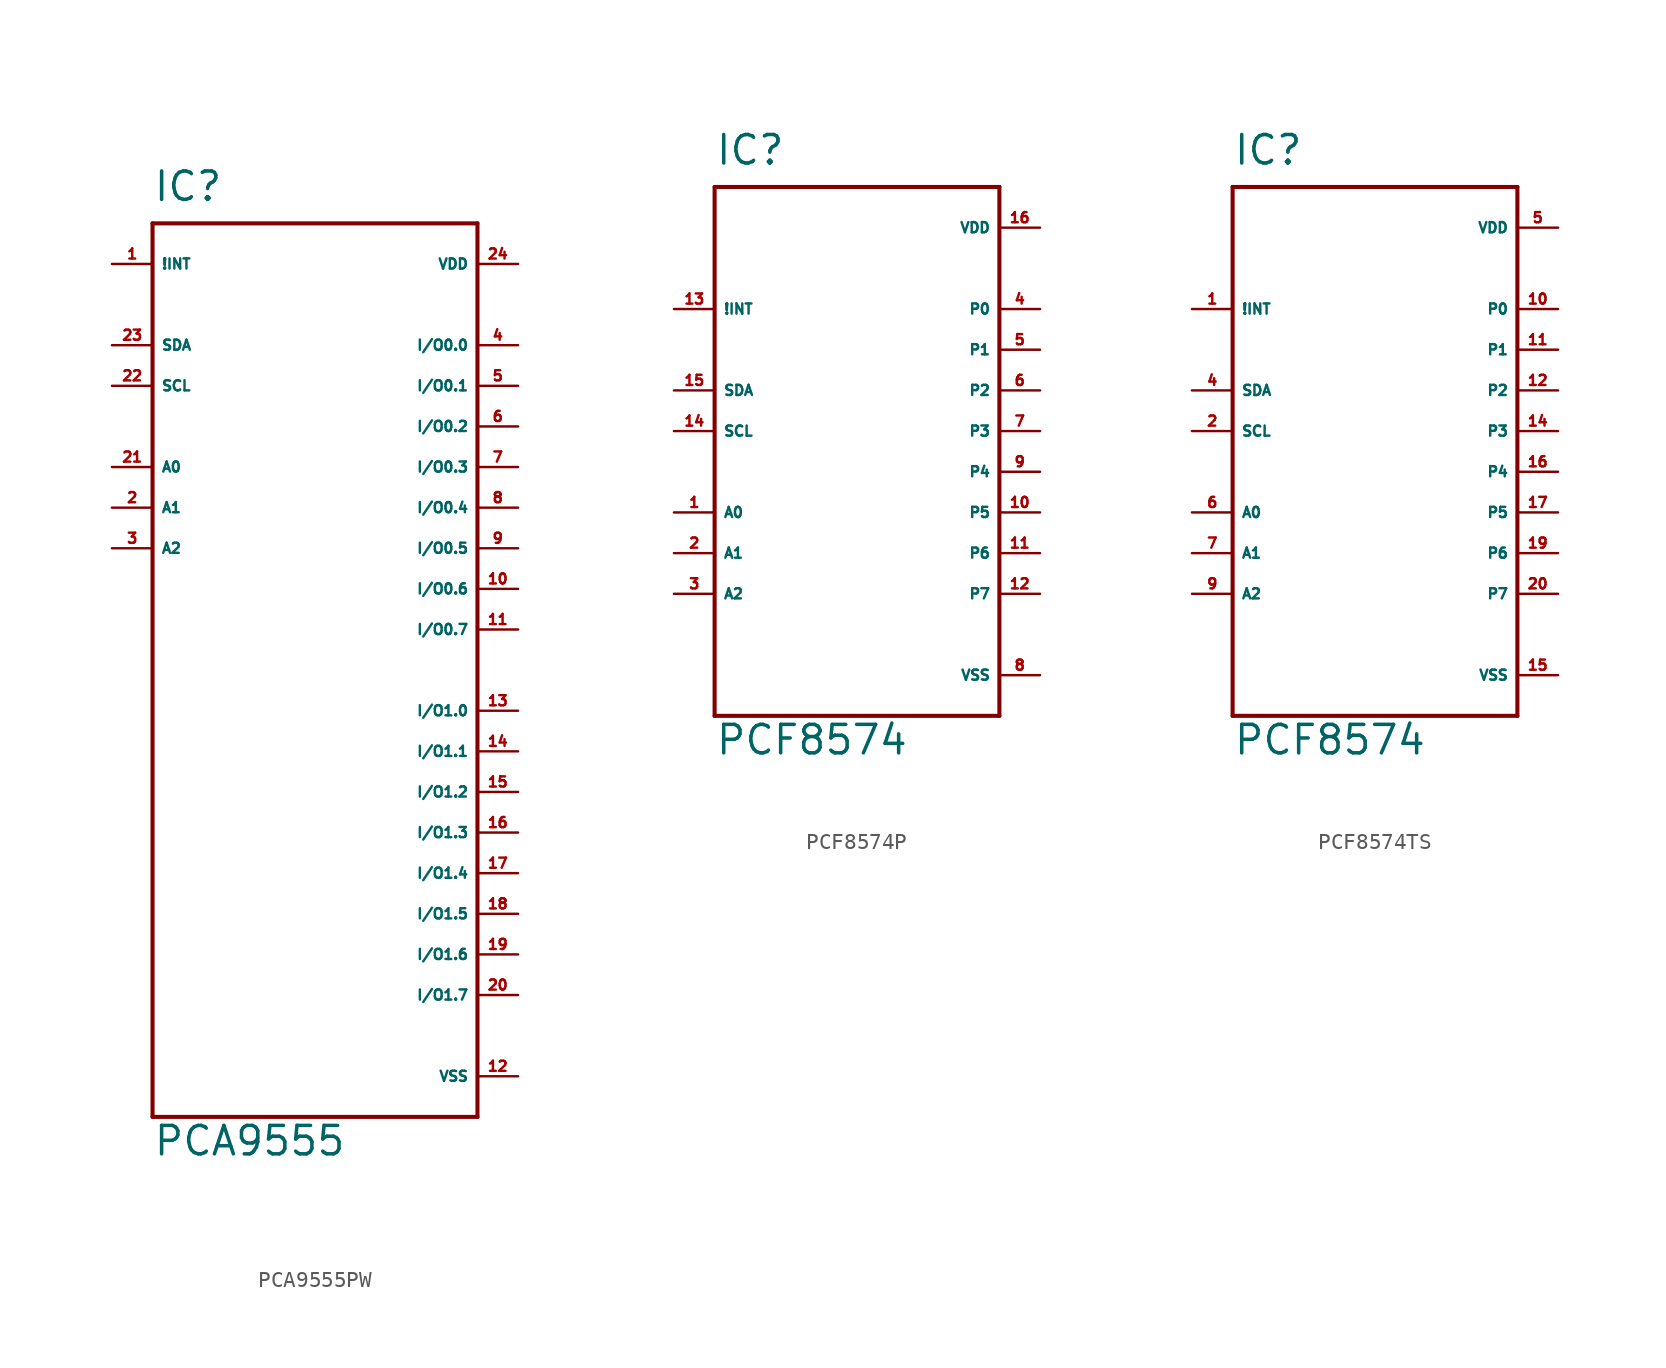
<source format=kicad_sym>
(kicad_symbol_lib
  (version 20220914)
  (generator Eagle2Kicad)
  (symbol "PCA9555PW"
    (property "Reference" "IC"
      (at -10.16 29.21 0)
      (effects (font (size 1.778 1.778) (thickness 0.22)) (justify left bottom)))
    (property "Value" "PCA9555"
      (at -10.16 -30.48 0)
      (effects (font (size 1.778 1.778) (thickness 0.22)) (justify left bottom)))
    (polyline
      (pts (xy -10.16 27.94) (xy 10.16 27.94))
      (stroke (width 0.254) (type default))
      (fill (type none)))
    (polyline
      (pts (xy 10.16 27.94) (xy 10.16 -27.94))
      (stroke (width 0.254) (type default))
      (fill (type none)))
    (polyline
      (pts (xy 10.16 -27.94) (xy -10.16 -27.94))
      (stroke (width 0.254) (type default))
      (fill (type none)))
    (polyline
      (pts (xy -10.16 -27.94) (xy -10.16 27.94))
      (stroke (width 0.254) (type default))
      (fill (type none)))
    (pin input line
      (at -12.7 17.78 0)
      (length 2.54)
      (name "SCL" (effects (font (size 0.635 0.635) (thickness 0.08)) (justify left bottom)))
      (number "22" (effects (font (size 0.635 0.635) (thickness 0.08)) (justify left bottom))))
    (pin bidirectional line
      (at -12.7 20.32 0)
      (length 2.54)
      (name "SDA" (effects (font (size 0.635 0.635) (thickness 0.08)) (justify left bottom)))
      (number "23" (effects (font (size 0.635 0.635) (thickness 0.08)) (justify left bottom))))
    (pin input line
      (at -12.7 12.7 0)
      (length 2.54)
      (name "A0" (effects (font (size 0.635 0.635) (thickness 0.08)) (justify left bottom)))
      (number "21" (effects (font (size 0.635 0.635) (thickness 0.08)) (justify left bottom))))
    (pin input line
      (at -12.7 10.16 0)
      (length 2.54)
      (name "A1" (effects (font (size 0.635 0.635) (thickness 0.08)) (justify left bottom)))
      (number "2" (effects (font (size 0.635 0.635) (thickness 0.08)) (justify left bottom))))
    (pin input line
      (at -12.7 7.62 0)
      (length 2.54)
      (name "A2" (effects (font (size 0.635 0.635) (thickness 0.08)) (justify left bottom)))
      (number "3" (effects (font (size 0.635 0.635) (thickness 0.08)) (justify left bottom))))
    (pin output line
      (at -12.7 25.4 0)
      (length 2.54)
      (name "!INT" (effects (font (size 0.635 0.635) (thickness 0.08)) (justify left bottom)))
      (number "1" (effects (font (size 0.635 0.635) (thickness 0.08)) (justify left bottom))))
    (pin unspecified line
      (at 12.7 -25.4 180)
      (length 2.54)
      (name "VSS" (effects (font (size 0.635 0.635) (thickness 0.08)) (justify left bottom)))
      (number "12" (effects (font (size 0.635 0.635) (thickness 0.08)) (justify left bottom))))
    (pin unspecified line
      (at 12.7 25.4 180)
      (length 2.54)
      (name "VDD" (effects (font (size 0.635 0.635) (thickness 0.08)) (justify left bottom)))
      (number "24" (effects (font (size 0.635 0.635) (thickness 0.08)) (justify left bottom))))
    (pin bidirectional line
      (at 12.7 20.32 180)
      (length 2.54)
      (name "I/O0.0" (effects (font (size 0.635 0.635) (thickness 0.08)) (justify left bottom)))
      (number "4" (effects (font (size 0.635 0.635) (thickness 0.08)) (justify left bottom))))
    (pin bidirectional line
      (at 12.7 17.78 180)
      (length 2.54)
      (name "I/O0.1" (effects (font (size 0.635 0.635) (thickness 0.08)) (justify left bottom)))
      (number "5" (effects (font (size 0.635 0.635) (thickness 0.08)) (justify left bottom))))
    (pin bidirectional line
      (at 12.7 15.24 180)
      (length 2.54)
      (name "I/O0.2" (effects (font (size 0.635 0.635) (thickness 0.08)) (justify left bottom)))
      (number "6" (effects (font (size 0.635 0.635) (thickness 0.08)) (justify left bottom))))
    (pin bidirectional line
      (at 12.7 12.7 180)
      (length 2.54)
      (name "I/O0.3" (effects (font (size 0.635 0.635) (thickness 0.08)) (justify left bottom)))
      (number "7" (effects (font (size 0.635 0.635) (thickness 0.08)) (justify left bottom))))
    (pin bidirectional line
      (at 12.7 10.16 180)
      (length 2.54)
      (name "I/O0.4" (effects (font (size 0.635 0.635) (thickness 0.08)) (justify left bottom)))
      (number "8" (effects (font (size 0.635 0.635) (thickness 0.08)) (justify left bottom))))
    (pin bidirectional line
      (at 12.7 7.62 180)
      (length 2.54)
      (name "I/O0.5" (effects (font (size 0.635 0.635) (thickness 0.08)) (justify left bottom)))
      (number "9" (effects (font (size 0.635 0.635) (thickness 0.08)) (justify left bottom))))
    (pin bidirectional line
      (at 12.7 5.08 180)
      (length 2.54)
      (name "I/O0.6" (effects (font (size 0.635 0.635) (thickness 0.08)) (justify left bottom)))
      (number "10" (effects (font (size 0.635 0.635) (thickness 0.08)) (justify left bottom))))
    (pin bidirectional line
      (at 12.7 2.54 180)
      (length 2.54)
      (name "I/O0.7" (effects (font (size 0.635 0.635) (thickness 0.08)) (justify left bottom)))
      (number "11" (effects (font (size 0.635 0.635) (thickness 0.08)) (justify left bottom))))
    (pin bidirectional line
      (at 12.7 -2.54 180)
      (length 2.54)
      (name "I/O1.0" (effects (font (size 0.635 0.635) (thickness 0.08)) (justify left bottom)))
      (number "13" (effects (font (size 0.635 0.635) (thickness 0.08)) (justify left bottom))))
    (pin bidirectional line
      (at 12.7 -5.08 180)
      (length 2.54)
      (name "I/O1.1" (effects (font (size 0.635 0.635) (thickness 0.08)) (justify left bottom)))
      (number "14" (effects (font (size 0.635 0.635) (thickness 0.08)) (justify left bottom))))
    (pin bidirectional line
      (at 12.7 -7.62 180)
      (length 2.54)
      (name "I/O1.2" (effects (font (size 0.635 0.635) (thickness 0.08)) (justify left bottom)))
      (number "15" (effects (font (size 0.635 0.635) (thickness 0.08)) (justify left bottom))))
    (pin bidirectional line
      (at 12.7 -10.16 180)
      (length 2.54)
      (name "I/O1.3" (effects (font (size 0.635 0.635) (thickness 0.08)) (justify left bottom)))
      (number "16" (effects (font (size 0.635 0.635) (thickness 0.08)) (justify left bottom))))
    (pin bidirectional line
      (at 12.7 -12.7 180)
      (length 2.54)
      (name "I/O1.4" (effects (font (size 0.635 0.635) (thickness 0.08)) (justify left bottom)))
      (number "17" (effects (font (size 0.635 0.635) (thickness 0.08)) (justify left bottom))))
    (pin bidirectional line
      (at 12.7 -15.24 180)
      (length 2.54)
      (name "I/O1.5" (effects (font (size 0.635 0.635) (thickness 0.08)) (justify left bottom)))
      (number "18" (effects (font (size 0.635 0.635) (thickness 0.08)) (justify left bottom))))
    (pin bidirectional line
      (at 12.7 -17.78 180)
      (length 2.54)
      (name "I/O1.6" (effects (font (size 0.635 0.635) (thickness 0.08)) (justify left bottom)))
      (number "19" (effects (font (size 0.635 0.635) (thickness 0.08)) (justify left bottom))))
    (pin bidirectional line
      (at 12.7 -20.32 180)
      (length 2.54)
      (name "I/O1.7" (effects (font (size 0.635 0.635) (thickness 0.08)) (justify left bottom)))
      (number "20" (effects (font (size 0.635 0.635) (thickness 0.08)) (justify left bottom)))))
  (symbol "PCF8574P"
    (property "Reference" "IC"
      (at -7.62 16.51 0)
      (effects (font (size 1.778 1.778) (thickness 0.22)) (justify left bottom)))
    (property "Value" "PCF8574"
      (at -7.62 -20.32 0)
      (effects (font (size 1.778 1.778) (thickness 0.22)) (justify left bottom)))
    (polyline
      (pts (xy -7.62 15.24) (xy 10.16 15.24))
      (stroke (width 0.254) (type default))
      (fill (type none)))
    (polyline
      (pts (xy 10.16 15.24) (xy 10.16 -17.78))
      (stroke (width 0.254) (type default))
      (fill (type none)))
    (polyline
      (pts (xy 10.16 -17.78) (xy -7.62 -17.78))
      (stroke (width 0.254) (type default))
      (fill (type none)))
    (polyline
      (pts (xy -7.62 -17.78) (xy -7.62 15.24))
      (stroke (width 0.254) (type default))
      (fill (type none)))
    (pin input line
      (at -10.16 0 0)
      (length 2.54)
      (name "SCL" (effects (font (size 0.635 0.635) (thickness 0.08)) (justify left bottom)))
      (number "14" (effects (font (size 0.635 0.635) (thickness 0.08)) (justify left bottom))))
    (pin bidirectional line
      (at -10.16 2.54 0)
      (length 2.54)
      (name "SDA" (effects (font (size 0.635 0.635) (thickness 0.08)) (justify left bottom)))
      (number "15" (effects (font (size 0.635 0.635) (thickness 0.08)) (justify left bottom))))
    (pin input line
      (at -10.16 -5.08 0)
      (length 2.54)
      (name "A0" (effects (font (size 0.635 0.635) (thickness 0.08)) (justify left bottom)))
      (number "1" (effects (font (size 0.635 0.635) (thickness 0.08)) (justify left bottom))))
    (pin input line
      (at -10.16 -7.62 0)
      (length 2.54)
      (name "A1" (effects (font (size 0.635 0.635) (thickness 0.08)) (justify left bottom)))
      (number "2" (effects (font (size 0.635 0.635) (thickness 0.08)) (justify left bottom))))
    (pin input line
      (at -10.16 -10.16 0)
      (length 2.54)
      (name "A2" (effects (font (size 0.635 0.635) (thickness 0.08)) (justify left bottom)))
      (number "3" (effects (font (size 0.635 0.635) (thickness 0.08)) (justify left bottom))))
    (pin output line
      (at -10.16 7.62 0)
      (length 2.54)
      (name "!INT" (effects (font (size 0.635 0.635) (thickness 0.08)) (justify left bottom)))
      (number "13" (effects (font (size 0.635 0.635) (thickness 0.08)) (justify left bottom))))
    (pin unspecified line
      (at 12.7 -15.24 180)
      (length 2.54)
      (name "VSS" (effects (font (size 0.635 0.635) (thickness 0.08)) (justify left bottom)))
      (number "8" (effects (font (size 0.635 0.635) (thickness 0.08)) (justify left bottom))))
    (pin unspecified line
      (at 12.7 12.7 180)
      (length 2.54)
      (name "VDD" (effects (font (size 0.635 0.635) (thickness 0.08)) (justify left bottom)))
      (number "16" (effects (font (size 0.635 0.635) (thickness 0.08)) (justify left bottom))))
    (pin bidirectional line
      (at 12.7 7.62 180)
      (length 2.54)
      (name "P0" (effects (font (size 0.635 0.635) (thickness 0.08)) (justify left bottom)))
      (number "4" (effects (font (size 0.635 0.635) (thickness 0.08)) (justify left bottom))))
    (pin bidirectional line
      (at 12.7 5.08 180)
      (length 2.54)
      (name "P1" (effects (font (size 0.635 0.635) (thickness 0.08)) (justify left bottom)))
      (number "5" (effects (font (size 0.635 0.635) (thickness 0.08)) (justify left bottom))))
    (pin bidirectional line
      (at 12.7 2.54 180)
      (length 2.54)
      (name "P2" (effects (font (size 0.635 0.635) (thickness 0.08)) (justify left bottom)))
      (number "6" (effects (font (size 0.635 0.635) (thickness 0.08)) (justify left bottom))))
    (pin bidirectional line
      (at 12.7 0 180)
      (length 2.54)
      (name "P3" (effects (font (size 0.635 0.635) (thickness 0.08)) (justify left bottom)))
      (number "7" (effects (font (size 0.635 0.635) (thickness 0.08)) (justify left bottom))))
    (pin bidirectional line
      (at 12.7 -2.54 180)
      (length 2.54)
      (name "P4" (effects (font (size 0.635 0.635) (thickness 0.08)) (justify left bottom)))
      (number "9" (effects (font (size 0.635 0.635) (thickness 0.08)) (justify left bottom))))
    (pin bidirectional line
      (at 12.7 -5.08 180)
      (length 2.54)
      (name "P5" (effects (font (size 0.635 0.635) (thickness 0.08)) (justify left bottom)))
      (number "10" (effects (font (size 0.635 0.635) (thickness 0.08)) (justify left bottom))))
    (pin bidirectional line
      (at 12.7 -7.62 180)
      (length 2.54)
      (name "P6" (effects (font (size 0.635 0.635) (thickness 0.08)) (justify left bottom)))
      (number "11" (effects (font (size 0.635 0.635) (thickness 0.08)) (justify left bottom))))
    (pin bidirectional line
      (at 12.7 -10.16 180)
      (length 2.54)
      (name "P7" (effects (font (size 0.635 0.635) (thickness 0.08)) (justify left bottom)))
      (number "12" (effects (font (size 0.635 0.635) (thickness 0.08)) (justify left bottom)))))
  (symbol "PCF8574TS"
    (property "Reference" "IC"
      (at -7.62 16.51 0)
      (effects (font (size 1.778 1.778) (thickness 0.22)) (justify left bottom)))
    (property "Value" "PCF8574"
      (at -7.62 -20.32 0)
      (effects (font (size 1.778 1.778) (thickness 0.22)) (justify left bottom)))
    (polyline
      (pts (xy -7.62 15.24) (xy 10.16 15.24))
      (stroke (width 0.254) (type default))
      (fill (type none)))
    (polyline
      (pts (xy 10.16 15.24) (xy 10.16 -17.78))
      (stroke (width 0.254) (type default))
      (fill (type none)))
    (polyline
      (pts (xy 10.16 -17.78) (xy -7.62 -17.78))
      (stroke (width 0.254) (type default))
      (fill (type none)))
    (polyline
      (pts (xy -7.62 -17.78) (xy -7.62 15.24))
      (stroke (width 0.254) (type default))
      (fill (type none)))
    (pin input line
      (at -10.16 0 0)
      (length 2.54)
      (name "SCL" (effects (font (size 0.635 0.635) (thickness 0.08)) (justify left bottom)))
      (number "2" (effects (font (size 0.635 0.635) (thickness 0.08)) (justify left bottom))))
    (pin bidirectional line
      (at -10.16 2.54 0)
      (length 2.54)
      (name "SDA" (effects (font (size 0.635 0.635) (thickness 0.08)) (justify left bottom)))
      (number "4" (effects (font (size 0.635 0.635) (thickness 0.08)) (justify left bottom))))
    (pin input line
      (at -10.16 -5.08 0)
      (length 2.54)
      (name "A0" (effects (font (size 0.635 0.635) (thickness 0.08)) (justify left bottom)))
      (number "6" (effects (font (size 0.635 0.635) (thickness 0.08)) (justify left bottom))))
    (pin input line
      (at -10.16 -7.62 0)
      (length 2.54)
      (name "A1" (effects (font (size 0.635 0.635) (thickness 0.08)) (justify left bottom)))
      (number "7" (effects (font (size 0.635 0.635) (thickness 0.08)) (justify left bottom))))
    (pin input line
      (at -10.16 -10.16 0)
      (length 2.54)
      (name "A2" (effects (font (size 0.635 0.635) (thickness 0.08)) (justify left bottom)))
      (number "9" (effects (font (size 0.635 0.635) (thickness 0.08)) (justify left bottom))))
    (pin output line
      (at -10.16 7.62 0)
      (length 2.54)
      (name "!INT" (effects (font (size 0.635 0.635) (thickness 0.08)) (justify left bottom)))
      (number "1" (effects (font (size 0.635 0.635) (thickness 0.08)) (justify left bottom))))
    (pin unspecified line
      (at 12.7 -15.24 180)
      (length 2.54)
      (name "VSS" (effects (font (size 0.635 0.635) (thickness 0.08)) (justify left bottom)))
      (number "15" (effects (font (size 0.635 0.635) (thickness 0.08)) (justify left bottom))))
    (pin unspecified line
      (at 12.7 12.7 180)
      (length 2.54)
      (name "VDD" (effects (font (size 0.635 0.635) (thickness 0.08)) (justify left bottom)))
      (number "5" (effects (font (size 0.635 0.635) (thickness 0.08)) (justify left bottom))))
    (pin bidirectional line
      (at 12.7 7.62 180)
      (length 2.54)
      (name "P0" (effects (font (size 0.635 0.635) (thickness 0.08)) (justify left bottom)))
      (number "10" (effects (font (size 0.635 0.635) (thickness 0.08)) (justify left bottom))))
    (pin bidirectional line
      (at 12.7 5.08 180)
      (length 2.54)
      (name "P1" (effects (font (size 0.635 0.635) (thickness 0.08)) (justify left bottom)))
      (number "11" (effects (font (size 0.635 0.635) (thickness 0.08)) (justify left bottom))))
    (pin bidirectional line
      (at 12.7 2.54 180)
      (length 2.54)
      (name "P2" (effects (font (size 0.635 0.635) (thickness 0.08)) (justify left bottom)))
      (number "12" (effects (font (size 0.635 0.635) (thickness 0.08)) (justify left bottom))))
    (pin bidirectional line
      (at 12.7 0 180)
      (length 2.54)
      (name "P3" (effects (font (size 0.635 0.635) (thickness 0.08)) (justify left bottom)))
      (number "14" (effects (font (size 0.635 0.635) (thickness 0.08)) (justify left bottom))))
    (pin bidirectional line
      (at 12.7 -2.54 180)
      (length 2.54)
      (name "P4" (effects (font (size 0.635 0.635) (thickness 0.08)) (justify left bottom)))
      (number "16" (effects (font (size 0.635 0.635) (thickness 0.08)) (justify left bottom))))
    (pin bidirectional line
      (at 12.7 -5.08 180)
      (length 2.54)
      (name "P5" (effects (font (size 0.635 0.635) (thickness 0.08)) (justify left bottom)))
      (number "17" (effects (font (size 0.635 0.635) (thickness 0.08)) (justify left bottom))))
    (pin bidirectional line
      (at 12.7 -7.62 180)
      (length 2.54)
      (name "P6" (effects (font (size 0.635 0.635) (thickness 0.08)) (justify left bottom)))
      (number "19" (effects (font (size 0.635 0.635) (thickness 0.08)) (justify left bottom))))
    (pin bidirectional line
      (at 12.7 -10.16 180)
      (length 2.54)
      (name "P7" (effects (font (size 0.635 0.635) (thickness 0.08)) (justify left bottom)))
      (number "20" (effects (font (size 0.635 0.635) (thickness 0.08)) (justify left bottom))))))
</source>
